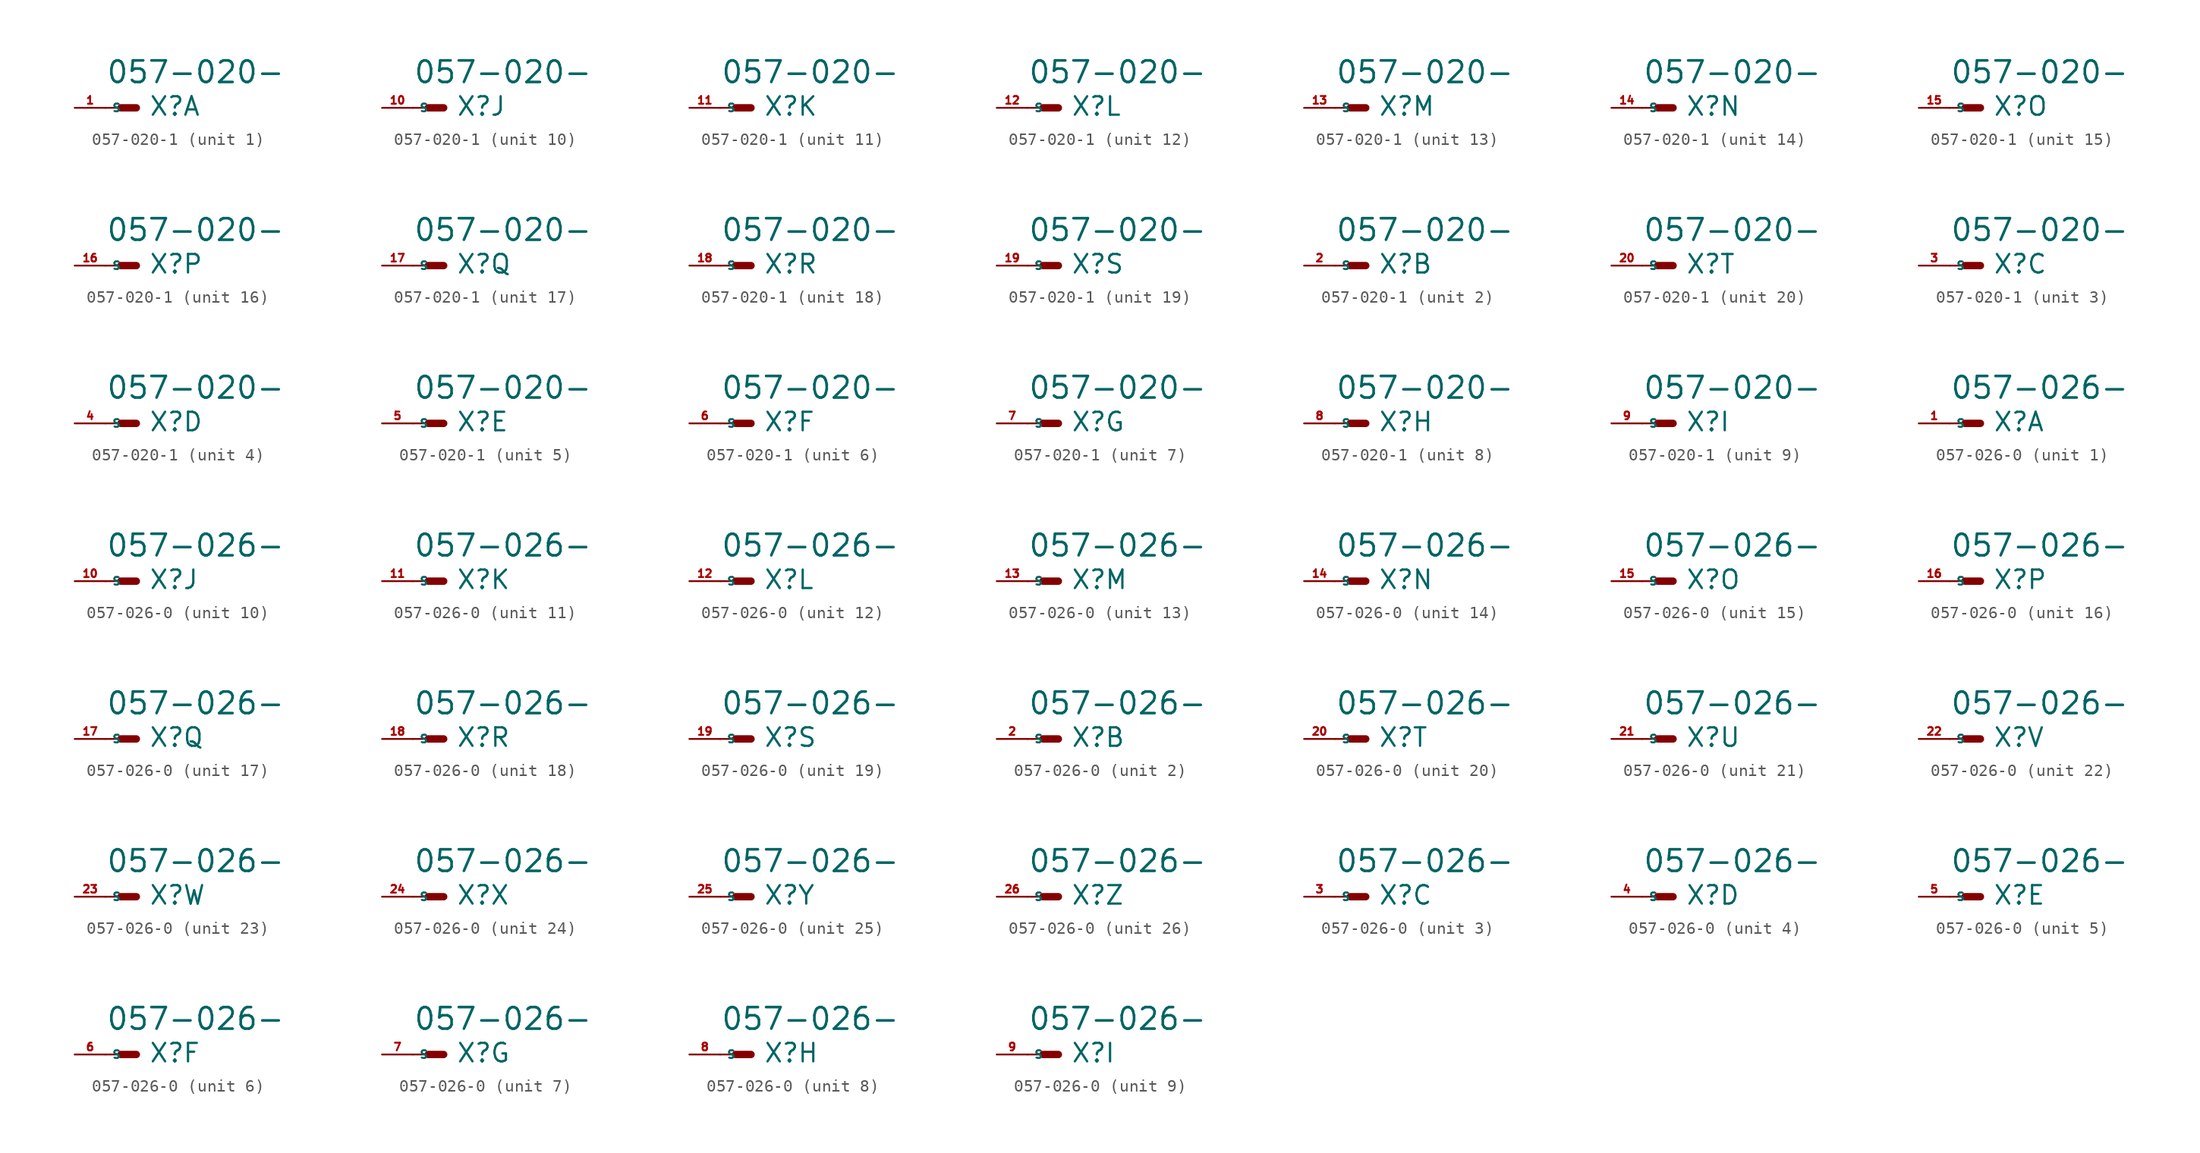
<source format=kicad_sym>
(kicad_symbol_lib
  (version 20220914)
  (generator Eagle2Kicad)
  (symbol "057-020-1"
    (property "Reference" "X"
      (at 1.016 -0.762 0)
      (effects (font (size 1.524 1.524) (thickness 0.19)) (justify left bottom)))
    (property "Value" "057-020-"
      (at -2.54 1.905 0)
      (effects (font (size 1.778 1.778) (thickness 0.22)) (justify left bottom)))
    (symbol "057-020-1_1_0"
      (polyline (pts (xy 0 0) (xy -1.27 0)) (stroke (width 0.61) (type default)) (fill (type none)))
      (polyline (pts (xy -2.54 0) (xy -1.27 0)) (stroke (width 0.152) (type default)) (fill (type none)))
      (pin passive line (at -5.08 0 0) (length 2.54) (name "S" (effects (font (size 0.635 0.635) (thickness 0.08)) (justify left bottom))) (number "1" (effects (font (size 0.635 0.635) (thickness 0.08)) (justify left bottom)))))
    (symbol "057-020-1_2_0"
      (polyline (pts (xy 0 0) (xy -1.27 0)) (stroke (width 0.61) (type default)) (fill (type none)))
      (polyline (pts (xy -2.54 0) (xy -1.27 0)) (stroke (width 0.152) (type default)) (fill (type none)))
      (pin passive line (at -5.08 0 0) (length 2.54) (name "S" (effects (font (size 0.635 0.635) (thickness 0.08)) (justify left bottom))) (number "2" (effects (font (size 0.635 0.635) (thickness 0.08)) (justify left bottom)))))
    (symbol "057-020-1_3_0"
      (polyline (pts (xy 0 0) (xy -1.27 0)) (stroke (width 0.61) (type default)) (fill (type none)))
      (polyline (pts (xy -2.54 0) (xy -1.27 0)) (stroke (width 0.152) (type default)) (fill (type none)))
      (pin passive line (at -5.08 0 0) (length 2.54) (name "S" (effects (font (size 0.635 0.635) (thickness 0.08)) (justify left bottom))) (number "3" (effects (font (size 0.635 0.635) (thickness 0.08)) (justify left bottom)))))
    (symbol "057-020-1_4_0"
      (polyline (pts (xy 0 0) (xy -1.27 0)) (stroke (width 0.61) (type default)) (fill (type none)))
      (polyline (pts (xy -2.54 0) (xy -1.27 0)) (stroke (width 0.152) (type default)) (fill (type none)))
      (pin passive line (at -5.08 0 0) (length 2.54) (name "S" (effects (font (size 0.635 0.635) (thickness 0.08)) (justify left bottom))) (number "4" (effects (font (size 0.635 0.635) (thickness 0.08)) (justify left bottom)))))
    (symbol "057-020-1_5_0"
      (polyline (pts (xy 0 0) (xy -1.27 0)) (stroke (width 0.61) (type default)) (fill (type none)))
      (polyline (pts (xy -2.54 0) (xy -1.27 0)) (stroke (width 0.152) (type default)) (fill (type none)))
      (pin passive line (at -5.08 0 0) (length 2.54) (name "S" (effects (font (size 0.635 0.635) (thickness 0.08)) (justify left bottom))) (number "5" (effects (font (size 0.635 0.635) (thickness 0.08)) (justify left bottom)))))
    (symbol "057-020-1_6_0"
      (polyline (pts (xy 0 0) (xy -1.27 0)) (stroke (width 0.61) (type default)) (fill (type none)))
      (polyline (pts (xy -2.54 0) (xy -1.27 0)) (stroke (width 0.152) (type default)) (fill (type none)))
      (pin passive line (at -5.08 0 0) (length 2.54) (name "S" (effects (font (size 0.635 0.635) (thickness 0.08)) (justify left bottom))) (number "6" (effects (font (size 0.635 0.635) (thickness 0.08)) (justify left bottom)))))
    (symbol "057-020-1_7_0"
      (polyline (pts (xy 0 0) (xy -1.27 0)) (stroke (width 0.61) (type default)) (fill (type none)))
      (polyline (pts (xy -2.54 0) (xy -1.27 0)) (stroke (width 0.152) (type default)) (fill (type none)))
      (pin passive line (at -5.08 0 0) (length 2.54) (name "S" (effects (font (size 0.635 0.635) (thickness 0.08)) (justify left bottom))) (number "7" (effects (font (size 0.635 0.635) (thickness 0.08)) (justify left bottom)))))
    (symbol "057-020-1_8_0"
      (polyline (pts (xy 0 0) (xy -1.27 0)) (stroke (width 0.61) (type default)) (fill (type none)))
      (polyline (pts (xy -2.54 0) (xy -1.27 0)) (stroke (width 0.152) (type default)) (fill (type none)))
      (pin passive line (at -5.08 0 0) (length 2.54) (name "S" (effects (font (size 0.635 0.635) (thickness 0.08)) (justify left bottom))) (number "8" (effects (font (size 0.635 0.635) (thickness 0.08)) (justify left bottom)))))
    (symbol "057-020-1_9_0"
      (polyline (pts (xy 0 0) (xy -1.27 0)) (stroke (width 0.61) (type default)) (fill (type none)))
      (polyline (pts (xy -2.54 0) (xy -1.27 0)) (stroke (width 0.152) (type default)) (fill (type none)))
      (pin passive line (at -5.08 0 0) (length 2.54) (name "S" (effects (font (size 0.635 0.635) (thickness 0.08)) (justify left bottom))) (number "9" (effects (font (size 0.635 0.635) (thickness 0.08)) (justify left bottom)))))
    (symbol "057-020-1_10_0"
      (polyline (pts (xy 0 0) (xy -1.27 0)) (stroke (width 0.61) (type default)) (fill (type none)))
      (polyline (pts (xy -2.54 0) (xy -1.27 0)) (stroke (width 0.152) (type default)) (fill (type none)))
      (pin passive line (at -5.08 0 0) (length 2.54) (name "S" (effects (font (size 0.635 0.635) (thickness 0.08)) (justify left bottom))) (number "10" (effects (font (size 0.635 0.635) (thickness 0.08)) (justify left bottom)))))
    (symbol "057-020-1_11_0"
      (polyline (pts (xy 0 0) (xy -1.27 0)) (stroke (width 0.61) (type default)) (fill (type none)))
      (polyline (pts (xy -2.54 0) (xy -1.27 0)) (stroke (width 0.152) (type default)) (fill (type none)))
      (pin passive line (at -5.08 0 0) (length 2.54) (name "S" (effects (font (size 0.635 0.635) (thickness 0.08)) (justify left bottom))) (number "11" (effects (font (size 0.635 0.635) (thickness 0.08)) (justify left bottom)))))
    (symbol "057-020-1_12_0"
      (polyline (pts (xy 0 0) (xy -1.27 0)) (stroke (width 0.61) (type default)) (fill (type none)))
      (polyline (pts (xy -2.54 0) (xy -1.27 0)) (stroke (width 0.152) (type default)) (fill (type none)))
      (pin passive line (at -5.08 0 0) (length 2.54) (name "S" (effects (font (size 0.635 0.635) (thickness 0.08)) (justify left bottom))) (number "12" (effects (font (size 0.635 0.635) (thickness 0.08)) (justify left bottom)))))
    (symbol "057-020-1_13_0"
      (polyline (pts (xy 0 0) (xy -1.27 0)) (stroke (width 0.61) (type default)) (fill (type none)))
      (polyline (pts (xy -2.54 0) (xy -1.27 0)) (stroke (width 0.152) (type default)) (fill (type none)))
      (pin passive line (at -5.08 0 0) (length 2.54) (name "S" (effects (font (size 0.635 0.635) (thickness 0.08)) (justify left bottom))) (number "13" (effects (font (size 0.635 0.635) (thickness 0.08)) (justify left bottom)))))
    (symbol "057-020-1_14_0"
      (polyline (pts (xy 0 0) (xy -1.27 0)) (stroke (width 0.61) (type default)) (fill (type none)))
      (polyline (pts (xy -2.54 0) (xy -1.27 0)) (stroke (width 0.152) (type default)) (fill (type none)))
      (pin passive line (at -5.08 0 0) (length 2.54) (name "S" (effects (font (size 0.635 0.635) (thickness 0.08)) (justify left bottom))) (number "14" (effects (font (size 0.635 0.635) (thickness 0.08)) (justify left bottom)))))
    (symbol "057-020-1_15_0"
      (polyline (pts (xy 0 0) (xy -1.27 0)) (stroke (width 0.61) (type default)) (fill (type none)))
      (polyline (pts (xy -2.54 0) (xy -1.27 0)) (stroke (width 0.152) (type default)) (fill (type none)))
      (pin passive line (at -5.08 0 0) (length 2.54) (name "S" (effects (font (size 0.635 0.635) (thickness 0.08)) (justify left bottom))) (number "15" (effects (font (size 0.635 0.635) (thickness 0.08)) (justify left bottom)))))
    (symbol "057-020-1_16_0"
      (polyline (pts (xy 0 0) (xy -1.27 0)) (stroke (width 0.61) (type default)) (fill (type none)))
      (polyline (pts (xy -2.54 0) (xy -1.27 0)) (stroke (width 0.152) (type default)) (fill (type none)))
      (pin passive line (at -5.08 0 0) (length 2.54) (name "S" (effects (font (size 0.635 0.635) (thickness 0.08)) (justify left bottom))) (number "16" (effects (font (size 0.635 0.635) (thickness 0.08)) (justify left bottom)))))
    (symbol "057-020-1_17_0"
      (polyline (pts (xy 0 0) (xy -1.27 0)) (stroke (width 0.61) (type default)) (fill (type none)))
      (polyline (pts (xy -2.54 0) (xy -1.27 0)) (stroke (width 0.152) (type default)) (fill (type none)))
      (pin passive line (at -5.08 0 0) (length 2.54) (name "S" (effects (font (size 0.635 0.635) (thickness 0.08)) (justify left bottom))) (number "17" (effects (font (size 0.635 0.635) (thickness 0.08)) (justify left bottom)))))
    (symbol "057-020-1_18_0"
      (polyline (pts (xy 0 0) (xy -1.27 0)) (stroke (width 0.61) (type default)) (fill (type none)))
      (polyline (pts (xy -2.54 0) (xy -1.27 0)) (stroke (width 0.152) (type default)) (fill (type none)))
      (pin passive line (at -5.08 0 0) (length 2.54) (name "S" (effects (font (size 0.635 0.635) (thickness 0.08)) (justify left bottom))) (number "18" (effects (font (size 0.635 0.635) (thickness 0.08)) (justify left bottom)))))
    (symbol "057-020-1_19_0"
      (polyline (pts (xy 0 0) (xy -1.27 0)) (stroke (width 0.61) (type default)) (fill (type none)))
      (polyline (pts (xy -2.54 0) (xy -1.27 0)) (stroke (width 0.152) (type default)) (fill (type none)))
      (pin passive line (at -5.08 0 0) (length 2.54) (name "S" (effects (font (size 0.635 0.635) (thickness 0.08)) (justify left bottom))) (number "19" (effects (font (size 0.635 0.635) (thickness 0.08)) (justify left bottom)))))
    (symbol "057-020-1_20_0"
      (polyline (pts (xy 0 0) (xy -1.27 0)) (stroke (width 0.61) (type default)) (fill (type none)))
      (polyline (pts (xy -2.54 0) (xy -1.27 0)) (stroke (width 0.152) (type default)) (fill (type none)))
      (pin passive line (at -5.08 0 0) (length 2.54) (name "S" (effects (font (size 0.635 0.635) (thickness 0.08)) (justify left bottom))) (number "20" (effects (font (size 0.635 0.635) (thickness 0.08)) (justify left bottom))))))
  (symbol "057-026-0"
    (property "Reference" "X"
      (at 1.016 -0.762 0)
      (effects (font (size 1.524 1.524) (thickness 0.19)) (justify left bottom)))
    (property "Value" "057-026-"
      (at -2.54 1.905 0)
      (effects (font (size 1.778 1.778) (thickness 0.22)) (justify left bottom)))
    (symbol "057-026-0_1_0"
      (polyline (pts (xy 0 0) (xy -1.27 0)) (stroke (width 0.61) (type default)) (fill (type none)))
      (polyline (pts (xy -2.54 0) (xy -1.27 0)) (stroke (width 0.152) (type default)) (fill (type none)))
      (pin passive line (at -5.08 0 0) (length 2.54) (name "S" (effects (font (size 0.635 0.635) (thickness 0.08)) (justify left bottom))) (number "1" (effects (font (size 0.635 0.635) (thickness 0.08)) (justify left bottom)))))
    (symbol "057-026-0_2_0"
      (polyline (pts (xy 0 0) (xy -1.27 0)) (stroke (width 0.61) (type default)) (fill (type none)))
      (polyline (pts (xy -2.54 0) (xy -1.27 0)) (stroke (width 0.152) (type default)) (fill (type none)))
      (pin passive line (at -5.08 0 0) (length 2.54) (name "S" (effects (font (size 0.635 0.635) (thickness 0.08)) (justify left bottom))) (number "2" (effects (font (size 0.635 0.635) (thickness 0.08)) (justify left bottom)))))
    (symbol "057-026-0_3_0"
      (polyline (pts (xy 0 0) (xy -1.27 0)) (stroke (width 0.61) (type default)) (fill (type none)))
      (polyline (pts (xy -2.54 0) (xy -1.27 0)) (stroke (width 0.152) (type default)) (fill (type none)))
      (pin passive line (at -5.08 0 0) (length 2.54) (name "S" (effects (font (size 0.635 0.635) (thickness 0.08)) (justify left bottom))) (number "3" (effects (font (size 0.635 0.635) (thickness 0.08)) (justify left bottom)))))
    (symbol "057-026-0_4_0"
      (polyline (pts (xy 0 0) (xy -1.27 0)) (stroke (width 0.61) (type default)) (fill (type none)))
      (polyline (pts (xy -2.54 0) (xy -1.27 0)) (stroke (width 0.152) (type default)) (fill (type none)))
      (pin passive line (at -5.08 0 0) (length 2.54) (name "S" (effects (font (size 0.635 0.635) (thickness 0.08)) (justify left bottom))) (number "4" (effects (font (size 0.635 0.635) (thickness 0.08)) (justify left bottom)))))
    (symbol "057-026-0_5_0"
      (polyline (pts (xy 0 0) (xy -1.27 0)) (stroke (width 0.61) (type default)) (fill (type none)))
      (polyline (pts (xy -2.54 0) (xy -1.27 0)) (stroke (width 0.152) (type default)) (fill (type none)))
      (pin passive line (at -5.08 0 0) (length 2.54) (name "S" (effects (font (size 0.635 0.635) (thickness 0.08)) (justify left bottom))) (number "5" (effects (font (size 0.635 0.635) (thickness 0.08)) (justify left bottom)))))
    (symbol "057-026-0_6_0"
      (polyline (pts (xy 0 0) (xy -1.27 0)) (stroke (width 0.61) (type default)) (fill (type none)))
      (polyline (pts (xy -2.54 0) (xy -1.27 0)) (stroke (width 0.152) (type default)) (fill (type none)))
      (pin passive line (at -5.08 0 0) (length 2.54) (name "S" (effects (font (size 0.635 0.635) (thickness 0.08)) (justify left bottom))) (number "6" (effects (font (size 0.635 0.635) (thickness 0.08)) (justify left bottom)))))
    (symbol "057-026-0_7_0"
      (polyline (pts (xy 0 0) (xy -1.27 0)) (stroke (width 0.61) (type default)) (fill (type none)))
      (polyline (pts (xy -2.54 0) (xy -1.27 0)) (stroke (width 0.152) (type default)) (fill (type none)))
      (pin passive line (at -5.08 0 0) (length 2.54) (name "S" (effects (font (size 0.635 0.635) (thickness 0.08)) (justify left bottom))) (number "7" (effects (font (size 0.635 0.635) (thickness 0.08)) (justify left bottom)))))
    (symbol "057-026-0_8_0"
      (polyline (pts (xy 0 0) (xy -1.27 0)) (stroke (width 0.61) (type default)) (fill (type none)))
      (polyline (pts (xy -2.54 0) (xy -1.27 0)) (stroke (width 0.152) (type default)) (fill (type none)))
      (pin passive line (at -5.08 0 0) (length 2.54) (name "S" (effects (font (size 0.635 0.635) (thickness 0.08)) (justify left bottom))) (number "8" (effects (font (size 0.635 0.635) (thickness 0.08)) (justify left bottom)))))
    (symbol "057-026-0_9_0"
      (polyline (pts (xy 0 0) (xy -1.27 0)) (stroke (width 0.61) (type default)) (fill (type none)))
      (polyline (pts (xy -2.54 0) (xy -1.27 0)) (stroke (width 0.152) (type default)) (fill (type none)))
      (pin passive line (at -5.08 0 0) (length 2.54) (name "S" (effects (font (size 0.635 0.635) (thickness 0.08)) (justify left bottom))) (number "9" (effects (font (size 0.635 0.635) (thickness 0.08)) (justify left bottom)))))
    (symbol "057-026-0_10_0"
      (polyline (pts (xy 0 0) (xy -1.27 0)) (stroke (width 0.61) (type default)) (fill (type none)))
      (polyline (pts (xy -2.54 0) (xy -1.27 0)) (stroke (width 0.152) (type default)) (fill (type none)))
      (pin passive line (at -5.08 0 0) (length 2.54) (name "S" (effects (font (size 0.635 0.635) (thickness 0.08)) (justify left bottom))) (number "10" (effects (font (size 0.635 0.635) (thickness 0.08)) (justify left bottom)))))
    (symbol "057-026-0_11_0"
      (polyline (pts (xy 0 0) (xy -1.27 0)) (stroke (width 0.61) (type default)) (fill (type none)))
      (polyline (pts (xy -2.54 0) (xy -1.27 0)) (stroke (width 0.152) (type default)) (fill (type none)))
      (pin passive line (at -5.08 0 0) (length 2.54) (name "S" (effects (font (size 0.635 0.635) (thickness 0.08)) (justify left bottom))) (number "11" (effects (font (size 0.635 0.635) (thickness 0.08)) (justify left bottom)))))
    (symbol "057-026-0_12_0"
      (polyline (pts (xy 0 0) (xy -1.27 0)) (stroke (width 0.61) (type default)) (fill (type none)))
      (polyline (pts (xy -2.54 0) (xy -1.27 0)) (stroke (width 0.152) (type default)) (fill (type none)))
      (pin passive line (at -5.08 0 0) (length 2.54) (name "S" (effects (font (size 0.635 0.635) (thickness 0.08)) (justify left bottom))) (number "12" (effects (font (size 0.635 0.635) (thickness 0.08)) (justify left bottom)))))
    (symbol "057-026-0_13_0"
      (polyline (pts (xy 0 0) (xy -1.27 0)) (stroke (width 0.61) (type default)) (fill (type none)))
      (polyline (pts (xy -2.54 0) (xy -1.27 0)) (stroke (width 0.152) (type default)) (fill (type none)))
      (pin passive line (at -5.08 0 0) (length 2.54) (name "S" (effects (font (size 0.635 0.635) (thickness 0.08)) (justify left bottom))) (number "13" (effects (font (size 0.635 0.635) (thickness 0.08)) (justify left bottom)))))
    (symbol "057-026-0_14_0"
      (polyline (pts (xy 0 0) (xy -1.27 0)) (stroke (width 0.61) (type default)) (fill (type none)))
      (polyline (pts (xy -2.54 0) (xy -1.27 0)) (stroke (width 0.152) (type default)) (fill (type none)))
      (pin passive line (at -5.08 0 0) (length 2.54) (name "S" (effects (font (size 0.635 0.635) (thickness 0.08)) (justify left bottom))) (number "14" (effects (font (size 0.635 0.635) (thickness 0.08)) (justify left bottom)))))
    (symbol "057-026-0_15_0"
      (polyline (pts (xy 0 0) (xy -1.27 0)) (stroke (width 0.61) (type default)) (fill (type none)))
      (polyline (pts (xy -2.54 0) (xy -1.27 0)) (stroke (width 0.152) (type default)) (fill (type none)))
      (pin passive line (at -5.08 0 0) (length 2.54) (name "S" (effects (font (size 0.635 0.635) (thickness 0.08)) (justify left bottom))) (number "15" (effects (font (size 0.635 0.635) (thickness 0.08)) (justify left bottom)))))
    (symbol "057-026-0_16_0"
      (polyline (pts (xy 0 0) (xy -1.27 0)) (stroke (width 0.61) (type default)) (fill (type none)))
      (polyline (pts (xy -2.54 0) (xy -1.27 0)) (stroke (width 0.152) (type default)) (fill (type none)))
      (pin passive line (at -5.08 0 0) (length 2.54) (name "S" (effects (font (size 0.635 0.635) (thickness 0.08)) (justify left bottom))) (number "16" (effects (font (size 0.635 0.635) (thickness 0.08)) (justify left bottom)))))
    (symbol "057-026-0_17_0"
      (polyline (pts (xy 0 0) (xy -1.27 0)) (stroke (width 0.61) (type default)) (fill (type none)))
      (polyline (pts (xy -2.54 0) (xy -1.27 0)) (stroke (width 0.152) (type default)) (fill (type none)))
      (pin passive line (at -5.08 0 0) (length 2.54) (name "S" (effects (font (size 0.635 0.635) (thickness 0.08)) (justify left bottom))) (number "17" (effects (font (size 0.635 0.635) (thickness 0.08)) (justify left bottom)))))
    (symbol "057-026-0_18_0"
      (polyline (pts (xy 0 0) (xy -1.27 0)) (stroke (width 0.61) (type default)) (fill (type none)))
      (polyline (pts (xy -2.54 0) (xy -1.27 0)) (stroke (width 0.152) (type default)) (fill (type none)))
      (pin passive line (at -5.08 0 0) (length 2.54) (name "S" (effects (font (size 0.635 0.635) (thickness 0.08)) (justify left bottom))) (number "18" (effects (font (size 0.635 0.635) (thickness 0.08)) (justify left bottom)))))
    (symbol "057-026-0_19_0"
      (polyline (pts (xy 0 0) (xy -1.27 0)) (stroke (width 0.61) (type default)) (fill (type none)))
      (polyline (pts (xy -2.54 0) (xy -1.27 0)) (stroke (width 0.152) (type default)) (fill (type none)))
      (pin passive line (at -5.08 0 0) (length 2.54) (name "S" (effects (font (size 0.635 0.635) (thickness 0.08)) (justify left bottom))) (number "19" (effects (font (size 0.635 0.635) (thickness 0.08)) (justify left bottom)))))
    (symbol "057-026-0_20_0"
      (polyline (pts (xy 0 0) (xy -1.27 0)) (stroke (width 0.61) (type default)) (fill (type none)))
      (polyline (pts (xy -2.54 0) (xy -1.27 0)) (stroke (width 0.152) (type default)) (fill (type none)))
      (pin passive line (at -5.08 0 0) (length 2.54) (name "S" (effects (font (size 0.635 0.635) (thickness 0.08)) (justify left bottom))) (number "20" (effects (font (size 0.635 0.635) (thickness 0.08)) (justify left bottom)))))
    (symbol "057-026-0_21_0"
      (polyline (pts (xy 0 0) (xy -1.27 0)) (stroke (width 0.61) (type default)) (fill (type none)))
      (polyline (pts (xy -2.54 0) (xy -1.27 0)) (stroke (width 0.152) (type default)) (fill (type none)))
      (pin passive line (at -5.08 0 0) (length 2.54) (name "S" (effects (font (size 0.635 0.635) (thickness 0.08)) (justify left bottom))) (number "21" (effects (font (size 0.635 0.635) (thickness 0.08)) (justify left bottom)))))
    (symbol "057-026-0_22_0"
      (polyline (pts (xy 0 0) (xy -1.27 0)) (stroke (width 0.61) (type default)) (fill (type none)))
      (polyline (pts (xy -2.54 0) (xy -1.27 0)) (stroke (width 0.152) (type default)) (fill (type none)))
      (pin passive line (at -5.08 0 0) (length 2.54) (name "S" (effects (font (size 0.635 0.635) (thickness 0.08)) (justify left bottom))) (number "22" (effects (font (size 0.635 0.635) (thickness 0.08)) (justify left bottom)))))
    (symbol "057-026-0_23_0"
      (polyline (pts (xy 0 0) (xy -1.27 0)) (stroke (width 0.61) (type default)) (fill (type none)))
      (polyline (pts (xy -2.54 0) (xy -1.27 0)) (stroke (width 0.152) (type default)) (fill (type none)))
      (pin passive line (at -5.08 0 0) (length 2.54) (name "S" (effects (font (size 0.635 0.635) (thickness 0.08)) (justify left bottom))) (number "23" (effects (font (size 0.635 0.635) (thickness 0.08)) (justify left bottom)))))
    (symbol "057-026-0_24_0"
      (polyline (pts (xy 0 0) (xy -1.27 0)) (stroke (width 0.61) (type default)) (fill (type none)))
      (polyline (pts (xy -2.54 0) (xy -1.27 0)) (stroke (width 0.152) (type default)) (fill (type none)))
      (pin passive line (at -5.08 0 0) (length 2.54) (name "S" (effects (font (size 0.635 0.635) (thickness 0.08)) (justify left bottom))) (number "24" (effects (font (size 0.635 0.635) (thickness 0.08)) (justify left bottom)))))
    (symbol "057-026-0_25_0"
      (polyline (pts (xy 0 0) (xy -1.27 0)) (stroke (width 0.61) (type default)) (fill (type none)))
      (polyline (pts (xy -2.54 0) (xy -1.27 0)) (stroke (width 0.152) (type default)) (fill (type none)))
      (pin passive line (at -5.08 0 0) (length 2.54) (name "S" (effects (font (size 0.635 0.635) (thickness 0.08)) (justify left bottom))) (number "25" (effects (font (size 0.635 0.635) (thickness 0.08)) (justify left bottom)))))
    (symbol "057-026-0_26_0"
      (polyline (pts (xy 0 0) (xy -1.27 0)) (stroke (width 0.61) (type default)) (fill (type none)))
      (polyline (pts (xy -2.54 0) (xy -1.27 0)) (stroke (width 0.152) (type default)) (fill (type none)))
      (pin passive line (at -5.08 0 0) (length 2.54) (name "S" (effects (font (size 0.635 0.635) (thickness 0.08)) (justify left bottom))) (number "26" (effects (font (size 0.635 0.635) (thickness 0.08)) (justify left bottom)))))))
</source>
